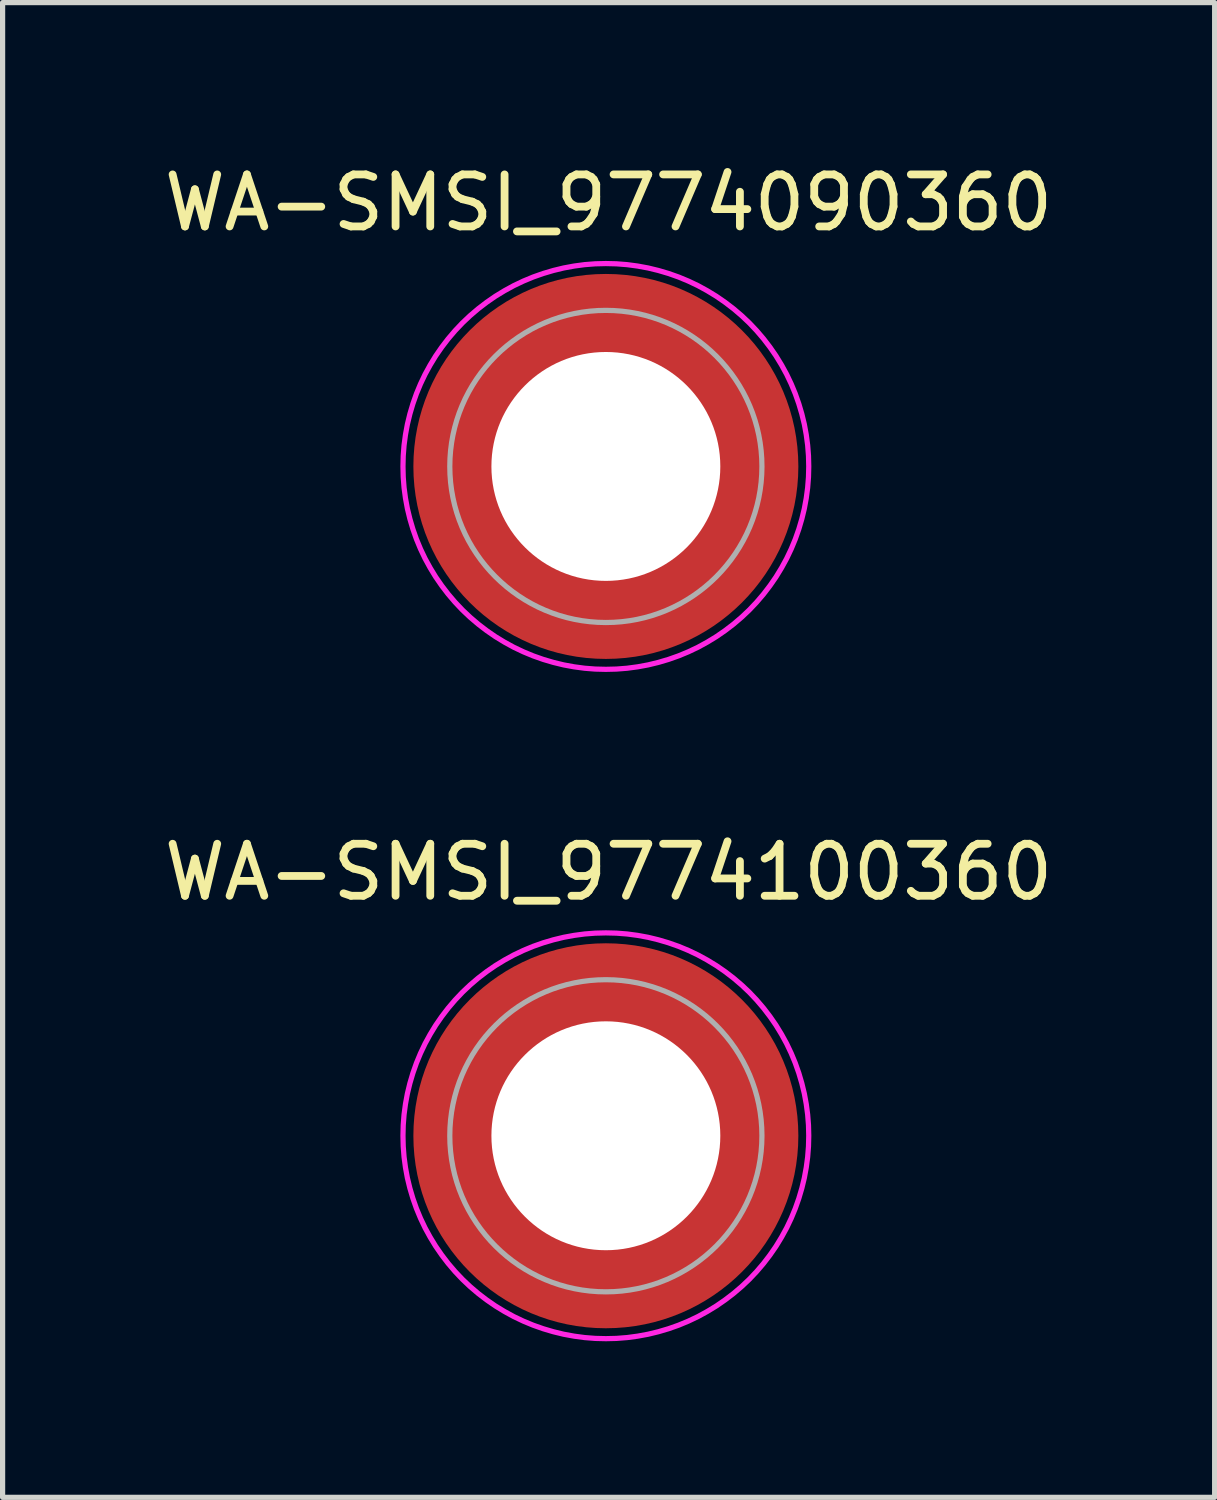
<source format=kicad_pcb>
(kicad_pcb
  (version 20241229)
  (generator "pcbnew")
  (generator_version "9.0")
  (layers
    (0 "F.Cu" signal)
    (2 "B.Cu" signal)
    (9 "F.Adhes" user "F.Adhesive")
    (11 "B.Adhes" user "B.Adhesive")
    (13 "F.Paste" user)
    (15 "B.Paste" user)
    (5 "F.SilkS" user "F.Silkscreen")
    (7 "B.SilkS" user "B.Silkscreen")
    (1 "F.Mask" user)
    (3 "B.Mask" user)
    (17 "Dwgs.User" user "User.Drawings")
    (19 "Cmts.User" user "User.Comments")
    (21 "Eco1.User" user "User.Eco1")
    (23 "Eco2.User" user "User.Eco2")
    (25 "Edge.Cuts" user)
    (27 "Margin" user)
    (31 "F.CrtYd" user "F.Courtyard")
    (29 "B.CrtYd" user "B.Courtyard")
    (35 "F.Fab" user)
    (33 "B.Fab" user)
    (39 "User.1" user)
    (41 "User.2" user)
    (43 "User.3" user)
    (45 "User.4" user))
  (footprint "WA-SMSI_9774090360"
    (layer "F.Cu")
    (at 8.596 5.916)
    (property "Reference" "WA-SMSI_9774090360" (at 0.053 -5.068 0) (layer "F.SilkS") (effects (font (size 1 1) (thickness 0.15))))
    (attr smd)
    (fp_poly (pts (xy -3.615 0.4) (xy -2.205 0.4) (xy -2.19 0.475) (xy -2.165 0.58) (xy -2.13 0.7) (xy -2.1 0.78) (xy -2.07 0.86) (xy -2.025 0.96) (xy -1.975 1.06) (xy -1.92 1.155) (xy -1.86 1.25) (xy -1.815 1.315) (xy -1.75 1.4) (xy -1.695 1.465) (xy -1.605 1.565) (xy -1.52 1.645) (xy -1.465 1.695) (xy -1.405 1.745) (xy -1.32 1.81) (xy -1.235 1.87) (xy -1.13 1.935) (xy -1.05 1.98) (xy -0.95 2.03) (xy -0.81 2.09) (xy -0.695 2.13) (xy -0.58 2.165) (xy -0.475 2.19) (xy -0.4 2.205) (xy -0.4 3.615) (xy -0.43 3.61) (xy -0.505 3.6) (xy -0.605 3.585) (xy -0.715 3.565) (xy -0.83 3.54) (xy -0.93 3.515) (xy -1.04 3.485) (xy -1.135 3.455) (xy -1.205 3.43) (xy -1.3 3.395) (xy -1.365 3.37) (xy -1.46 3.33) (xy -1.55 3.29) (xy -1.65 3.24) (xy -1.77 3.175) (xy -1.885 3.11) (xy -1.985 3.045) (xy -2.075 2.985) (xy -2.165 2.92) (xy -2.23 2.87) (xy -2.295 2.82) (xy -2.365 2.76) (xy -2.44 2.695) (xy -2.515 2.625) (xy -2.6 2.54) (xy -2.645 2.495) (xy -2.69 2.445) (xy -2.76 2.365) (xy -2.82 2.295) (xy -2.875 2.225) (xy -2.935 2.145) (xy -2.995 2.06) (xy -3.085 1.925) (xy -3.18 1.765) (xy -3.27 1.59) (xy -3.34 1.44) (xy -3.4 1.29) (xy -3.455 1.135) (xy -3.505 0.97) (xy -3.55 0.795) (xy -3.575 0.665) (xy -3.6 0.52)) (stroke (width 0.01) (type solid)) (fill yes) (layer "F.Paste"))
    (fp_poly (pts (xy -0.4 -3.615) (xy -0.4 -2.205) (xy -0.475 -2.19) (xy -0.58 -2.165) (xy -0.7 -2.13) (xy -0.78 -2.1) (xy -0.86 -2.07) (xy -0.96 -2.025) (xy -1.06 -1.975) (xy -1.155 -1.92) (xy -1.25 -1.86) (xy -1.315 -1.815) (xy -1.4 -1.75) (xy -1.465 -1.695) (xy -1.565 -1.605) (xy -1.645 -1.52) (xy -1.695 -1.465) (xy -1.745 -1.405) (xy -1.81 -1.32) (xy -1.87 -1.235) (xy -1.935 -1.13) (xy -1.98 -1.05) (xy -2.03 -0.95) (xy -2.09 -0.81) (xy -2.13 -0.695) (xy -2.165 -0.58) (xy -2.19 -0.475) (xy -2.205 -0.4) (xy -3.615 -0.4) (xy -3.61 -0.43) (xy -3.6 -0.505) (xy -3.585 -0.605) (xy -3.565 -0.715) (xy -3.54 -0.83) (xy -3.515 -0.93) (xy -3.485 -1.04) (xy -3.455 -1.135) (xy -3.43 -1.205) (xy -3.395 -1.3) (xy -3.37 -1.365) (xy -3.33 -1.46) (xy -3.29 -1.55) (xy -3.24 -1.65) (xy -3.175 -1.77) (xy -3.11 -1.885) (xy -3.045 -1.985) (xy -2.985 -2.075) (xy -2.92 -2.165) (xy -2.87 -2.23) (xy -2.82 -2.295) (xy -2.76 -2.365) (xy -2.695 -2.44) (xy -2.625 -2.515) (xy -2.54 -2.6) (xy -2.495 -2.645) (xy -2.445 -2.69) (xy -2.365 -2.76) (xy -2.295 -2.82) (xy -2.225 -2.875) (xy -2.145 -2.935) (xy -2.06 -2.995) (xy -1.925 -3.085) (xy -1.765 -3.18) (xy -1.59 -3.27) (xy -1.44 -3.34) (xy -1.29 -3.4) (xy -1.135 -3.455) (xy -0.97 -3.505) (xy -0.795 -3.55) (xy -0.665 -3.575) (xy -0.52 -3.6)) (stroke (width 0.01) (type solid)) (fill yes) (layer "F.Paste"))
    (fp_poly (pts (xy 0.4 3.615) (xy 0.4 2.205) (xy 0.475 2.19) (xy 0.58 2.165) (xy 0.7 2.13) (xy 0.78 2.1) (xy 0.86 2.07) (xy 0.96 2.025) (xy 1.06 1.975) (xy 1.155 1.92) (xy 1.25 1.86) (xy 1.315 1.815) (xy 1.4 1.75) (xy 1.465 1.695) (xy 1.565 1.605) (xy 1.645 1.52) (xy 1.695 1.465) (xy 1.745 1.405) (xy 1.81 1.32) (xy 1.87 1.235) (xy 1.935 1.13) (xy 1.98 1.05) (xy 2.03 0.95) (xy 2.09 0.81) (xy 2.13 0.695) (xy 2.165 0.58) (xy 2.19 0.475) (xy 2.205 0.4) (xy 3.615 0.4) (xy 3.61 0.43) (xy 3.6 0.505) (xy 3.585 0.605) (xy 3.565 0.715) (xy 3.54 0.83) (xy 3.515 0.93) (xy 3.485 1.04) (xy 3.455 1.135) (xy 3.43 1.205) (xy 3.395 1.3) (xy 3.37 1.365) (xy 3.33 1.46) (xy 3.29 1.55) (xy 3.24 1.65) (xy 3.175 1.77) (xy 3.11 1.885) (xy 3.045 1.985) (xy 2.985 2.075) (xy 2.92 2.165) (xy 2.87 2.23) (xy 2.82 2.295) (xy 2.76 2.365) (xy 2.695 2.44) (xy 2.625 2.515) (xy 2.54 2.6) (xy 2.495 2.645) (xy 2.445 2.69) (xy 2.365 2.76) (xy 2.295 2.82) (xy 2.225 2.875) (xy 2.145 2.935) (xy 2.06 2.995) (xy 1.925 3.085) (xy 1.765 3.18) (xy 1.59 3.27) (xy 1.44 3.34) (xy 1.29 3.4) (xy 1.135 3.455) (xy 0.97 3.505) (xy 0.795 3.55) (xy 0.665 3.575) (xy 0.52 3.6)) (stroke (width 0.01) (type solid)) (fill yes) (layer "F.Paste"))
    (fp_poly (pts (xy 3.615 -0.4) (xy 2.205 -0.4) (xy 2.19 -0.475) (xy 2.165 -0.58) (xy 2.13 -0.7) (xy 2.1 -0.78) (xy 2.07 -0.86) (xy 2.025 -0.96) (xy 1.975 -1.06) (xy 1.92 -1.155) (xy 1.86 -1.25) (xy 1.815 -1.315) (xy 1.75 -1.4) (xy 1.695 -1.465) (xy 1.605 -1.565) (xy 1.52 -1.645) (xy 1.465 -1.695) (xy 1.405 -1.745) (xy 1.32 -1.81) (xy 1.235 -1.87) (xy 1.13 -1.935) (xy 1.05 -1.98) (xy 0.95 -2.03) (xy 0.81 -2.09) (xy 0.695 -2.13) (xy 0.58 -2.165) (xy 0.475 -2.19) (xy 0.4 -2.205) (xy 0.4 -3.615) (xy 0.43 -3.61) (xy 0.505 -3.6) (xy 0.605 -3.585) (xy 0.715 -3.565) (xy 0.83 -3.54) (xy 0.93 -3.515) (xy 1.04 -3.485) (xy 1.135 -3.455) (xy 1.205 -3.43) (xy 1.3 -3.395) (xy 1.365 -3.37) (xy 1.46 -3.33) (xy 1.55 -3.29) (xy 1.65 -3.24) (xy 1.77 -3.175) (xy 1.885 -3.11) (xy 1.985 -3.045) (xy 2.075 -2.985) (xy 2.165 -2.92) (xy 2.23 -2.87) (xy 2.295 -2.82) (xy 2.365 -2.76) (xy 2.44 -2.695) (xy 2.515 -2.625) (xy 2.6 -2.54) (xy 2.645 -2.495) (xy 2.69 -2.445) (xy 2.76 -2.365) (xy 2.82 -2.295) (xy 2.875 -2.225) (xy 2.935 -2.145) (xy 2.995 -2.06) (xy 3.085 -1.925) (xy 3.18 -1.765) (xy 3.27 -1.59) (xy 3.34 -1.44) (xy 3.4 -1.29) (xy 3.455 -1.135) (xy 3.505 -0.97) (xy 3.55 -0.795) (xy 3.575 -0.665) (xy 3.6 -0.52)) (stroke (width 0.01) (type solid)) (fill yes) (layer "F.Paste"))
    (fp_poly (pts (xy 0 -3.9) (xy 0.204 -3.895) (xy 0.408 -3.879) (xy 0.61 -3.852) (xy 0.811 -3.815) (xy 1.009 -3.767) (xy 1.205 -3.709) (xy 1.398 -3.641) (xy 1.586 -3.563) (xy 1.771 -3.475) (xy 1.95 -3.377) (xy 2.124 -3.271) (xy 2.292 -3.155) (xy 2.454 -3.031) (xy 2.61 -2.898) (xy 2.758 -2.758) (xy 2.898 -2.61) (xy 3.031 -2.454) (xy 3.155 -2.292) (xy 3.271 -2.124) (xy 3.377 -1.95) (xy 3.475 -1.771) (xy 3.563 -1.586) (xy 3.641 -1.398) (xy 3.709 -1.205) (xy 3.767 -1.009) (xy 3.815 -0.811) (xy 3.852 -0.61) (xy 3.879 -0.408) (xy 3.895 -0.204) (xy 3.9 0) (xy 3.895 0.204) (xy 3.879 0.408) (xy 3.852 0.61) (xy 3.815 0.811) (xy 3.767 1.009) (xy 3.709 1.205) (xy 3.641 1.398) (xy 3.563 1.586) (xy 3.475 1.771) (xy 3.377 1.95) (xy 3.271 2.124) (xy 3.155 2.292) (xy 3.031 2.454) (xy 2.898 2.61) (xy 2.758 2.758) (xy 2.61 2.898) (xy 2.454 3.031) (xy 2.292 3.155) (xy 2.124 3.271) (xy 1.95 3.377) (xy 1.771 3.475) (xy 1.586 3.563) (xy 1.398 3.641) (xy 1.205 3.709) (xy 1.009 3.767) (xy 0.811 3.815) (xy 0.61 3.852) (xy 0.408 3.879) (xy 0.204 3.895) (xy 0 3.9) (xy -0.204 3.895) (xy -0.408 3.879) (xy -0.61 3.852) (xy -0.811 3.815) (xy -1.009 3.767) (xy -1.205 3.709) (xy -1.398 3.641) (xy -1.586 3.563) (xy -1.771 3.475) (xy -1.95 3.377) (xy -2.124 3.271) (xy -2.292 3.155) (xy -2.454 3.031) (xy -2.61 2.898) (xy -2.758 2.758) (xy -2.898 2.61) (xy -3.031 2.454) (xy -3.155 2.292) (xy -3.271 2.124) (xy -3.377 1.95) (xy -3.475 1.771) (xy -3.563 1.586) (xy -3.641 1.398) (xy -3.709 1.205) (xy -3.767 1.009) (xy -3.815 0.811) (xy -3.852 0.61) (xy -3.879 0.408) (xy -3.895 0.204) (xy -3.9 0) (xy -3.895 -0.204) (xy -3.879 -0.408) (xy -3.852 -0.61) (xy -3.815 -0.811) (xy -3.767 -1.009) (xy -3.709 -1.205) (xy -3.641 -1.398) (xy -3.563 -1.586) (xy -3.475 -1.771) (xy -3.377 -1.95) (xy -3.271 -2.124) (xy -3.155 -2.292) (xy -3.031 -2.454) (xy -2.898 -2.61) (xy -2.758 -2.758) (xy -2.61 -2.898) (xy -2.454 -3.031) (xy -2.292 -3.155) (xy -2.124 -3.271) (xy -1.95 -3.377) (xy -1.771 -3.475) (xy -1.586 -3.563) (xy -1.398 -3.641) (xy -1.205 -3.709) (xy -1.009 -3.767) (xy -0.811 -3.815) (xy -0.61 -3.852) (xy -0.408 -3.879) (xy -0.204 -3.895) (xy 0 -3.9)) (stroke (width 0.1) (type solid)) (fill no) (layer "F.CrtYd"))
    (fp_circle (center 0 0) (end 3 0) (stroke (width 0.1) (type solid)) (fill no) (layer "F.Fab"))
    (pad "" np_thru_hole circle (at 0 0) (size 4.4 4.4) (drill 4.4) (layers "*.Cu" "*.Mask"))
    (pad "1" smd circle (at 0 0) (size 7.4 7.4) (layers "F.Cu" "F.Mask")))
  (footprint "WA-SMSI_9774100360"
    (layer "F.Cu")
    (at 8.596 18.782)
    (property "Reference" "WA-SMSI_9774100360" (at 0.053 -5.068 0) (layer "F.SilkS") (effects (font (size 1 1) (thickness 0.15))))
    (attr smd)
    (fp_poly (pts (xy -3.615 0.4) (xy -2.205 0.4) (xy -2.19 0.475) (xy -2.165 0.58) (xy -2.13 0.7) (xy -2.1 0.78) (xy -2.07 0.86) (xy -2.025 0.96) (xy -1.975 1.06) (xy -1.92 1.155) (xy -1.86 1.25) (xy -1.815 1.315) (xy -1.75 1.4) (xy -1.695 1.465) (xy -1.605 1.565) (xy -1.52 1.645) (xy -1.465 1.695) (xy -1.405 1.745) (xy -1.32 1.81) (xy -1.235 1.87) (xy -1.13 1.935) (xy -1.05 1.98) (xy -0.95 2.03) (xy -0.81 2.09) (xy -0.695 2.13) (xy -0.58 2.165) (xy -0.475 2.19) (xy -0.4 2.205) (xy -0.4 3.615) (xy -0.43 3.61) (xy -0.505 3.6) (xy -0.605 3.585) (xy -0.715 3.565) (xy -0.83 3.54) (xy -0.93 3.515) (xy -1.04 3.485) (xy -1.135 3.455) (xy -1.205 3.43) (xy -1.3 3.395) (xy -1.365 3.37) (xy -1.46 3.33) (xy -1.55 3.29) (xy -1.65 3.24) (xy -1.77 3.175) (xy -1.885 3.11) (xy -1.985 3.045) (xy -2.075 2.985) (xy -2.165 2.92) (xy -2.23 2.87) (xy -2.295 2.82) (xy -2.365 2.76) (xy -2.44 2.695) (xy -2.515 2.625) (xy -2.6 2.54) (xy -2.645 2.495) (xy -2.69 2.445) (xy -2.76 2.365) (xy -2.82 2.295) (xy -2.875 2.225) (xy -2.935 2.145) (xy -2.995 2.06) (xy -3.085 1.925) (xy -3.18 1.765) (xy -3.27 1.59) (xy -3.34 1.44) (xy -3.4 1.29) (xy -3.455 1.135) (xy -3.505 0.97) (xy -3.55 0.795) (xy -3.575 0.665) (xy -3.6 0.52)) (stroke (width 0.01) (type solid)) (fill yes) (layer "F.Paste"))
    (fp_poly (pts (xy -0.4 -3.615) (xy -0.4 -2.205) (xy -0.475 -2.19) (xy -0.58 -2.165) (xy -0.7 -2.13) (xy -0.78 -2.1) (xy -0.86 -2.07) (xy -0.96 -2.025) (xy -1.06 -1.975) (xy -1.155 -1.92) (xy -1.25 -1.86) (xy -1.315 -1.815) (xy -1.4 -1.75) (xy -1.465 -1.695) (xy -1.565 -1.605) (xy -1.645 -1.52) (xy -1.695 -1.465) (xy -1.745 -1.405) (xy -1.81 -1.32) (xy -1.87 -1.235) (xy -1.935 -1.13) (xy -1.98 -1.05) (xy -2.03 -0.95) (xy -2.09 -0.81) (xy -2.13 -0.695) (xy -2.165 -0.58) (xy -2.19 -0.475) (xy -2.205 -0.4) (xy -3.615 -0.4) (xy -3.61 -0.43) (xy -3.6 -0.505) (xy -3.585 -0.605) (xy -3.565 -0.715) (xy -3.54 -0.83) (xy -3.515 -0.93) (xy -3.485 -1.04) (xy -3.455 -1.135) (xy -3.43 -1.205) (xy -3.395 -1.3) (xy -3.37 -1.365) (xy -3.33 -1.46) (xy -3.29 -1.55) (xy -3.24 -1.65) (xy -3.175 -1.77) (xy -3.11 -1.885) (xy -3.045 -1.985) (xy -2.985 -2.075) (xy -2.92 -2.165) (xy -2.87 -2.23) (xy -2.82 -2.295) (xy -2.76 -2.365) (xy -2.695 -2.44) (xy -2.625 -2.515) (xy -2.54 -2.6) (xy -2.495 -2.645) (xy -2.445 -2.69) (xy -2.365 -2.76) (xy -2.295 -2.82) (xy -2.225 -2.875) (xy -2.145 -2.935) (xy -2.06 -2.995) (xy -1.925 -3.085) (xy -1.765 -3.18) (xy -1.59 -3.27) (xy -1.44 -3.34) (xy -1.29 -3.4) (xy -1.135 -3.455) (xy -0.97 -3.505) (xy -0.795 -3.55) (xy -0.665 -3.575) (xy -0.52 -3.6)) (stroke (width 0.01) (type solid)) (fill yes) (layer "F.Paste"))
    (fp_poly (pts (xy 0.4 3.615) (xy 0.4 2.205) (xy 0.475 2.19) (xy 0.58 2.165) (xy 0.7 2.13) (xy 0.78 2.1) (xy 0.86 2.07) (xy 0.96 2.025) (xy 1.06 1.975) (xy 1.155 1.92) (xy 1.25 1.86) (xy 1.315 1.815) (xy 1.4 1.75) (xy 1.465 1.695) (xy 1.565 1.605) (xy 1.645 1.52) (xy 1.695 1.465) (xy 1.745 1.405) (xy 1.81 1.32) (xy 1.87 1.235) (xy 1.935 1.13) (xy 1.98 1.05) (xy 2.03 0.95) (xy 2.09 0.81) (xy 2.13 0.695) (xy 2.165 0.58) (xy 2.19 0.475) (xy 2.205 0.4) (xy 3.615 0.4) (xy 3.61 0.43) (xy 3.6 0.505) (xy 3.585 0.605) (xy 3.565 0.715) (xy 3.54 0.83) (xy 3.515 0.93) (xy 3.485 1.04) (xy 3.455 1.135) (xy 3.43 1.205) (xy 3.395 1.3) (xy 3.37 1.365) (xy 3.33 1.46) (xy 3.29 1.55) (xy 3.24 1.65) (xy 3.175 1.77) (xy 3.11 1.885) (xy 3.045 1.985) (xy 2.985 2.075) (xy 2.92 2.165) (xy 2.87 2.23) (xy 2.82 2.295) (xy 2.76 2.365) (xy 2.695 2.44) (xy 2.625 2.515) (xy 2.54 2.6) (xy 2.495 2.645) (xy 2.445 2.69) (xy 2.365 2.76) (xy 2.295 2.82) (xy 2.225 2.875) (xy 2.145 2.935) (xy 2.06 2.995) (xy 1.925 3.085) (xy 1.765 3.18) (xy 1.59 3.27) (xy 1.44 3.34) (xy 1.29 3.4) (xy 1.135 3.455) (xy 0.97 3.505) (xy 0.795 3.55) (xy 0.665 3.575) (xy 0.52 3.6)) (stroke (width 0.01) (type solid)) (fill yes) (layer "F.Paste"))
    (fp_poly (pts (xy 3.615 -0.4) (xy 2.205 -0.4) (xy 2.19 -0.475) (xy 2.165 -0.58) (xy 2.13 -0.7) (xy 2.1 -0.78) (xy 2.07 -0.86) (xy 2.025 -0.96) (xy 1.975 -1.06) (xy 1.92 -1.155) (xy 1.86 -1.25) (xy 1.815 -1.315) (xy 1.75 -1.4) (xy 1.695 -1.465) (xy 1.605 -1.565) (xy 1.52 -1.645) (xy 1.465 -1.695) (xy 1.405 -1.745) (xy 1.32 -1.81) (xy 1.235 -1.87) (xy 1.13 -1.935) (xy 1.05 -1.98) (xy 0.95 -2.03) (xy 0.81 -2.09) (xy 0.695 -2.13) (xy 0.58 -2.165) (xy 0.475 -2.19) (xy 0.4 -2.205) (xy 0.4 -3.615) (xy 0.43 -3.61) (xy 0.505 -3.6) (xy 0.605 -3.585) (xy 0.715 -3.565) (xy 0.83 -3.54) (xy 0.93 -3.515) (xy 1.04 -3.485) (xy 1.135 -3.455) (xy 1.205 -3.43) (xy 1.3 -3.395) (xy 1.365 -3.37) (xy 1.46 -3.33) (xy 1.55 -3.29) (xy 1.65 -3.24) (xy 1.77 -3.175) (xy 1.885 -3.11) (xy 1.985 -3.045) (xy 2.075 -2.985) (xy 2.165 -2.92) (xy 2.23 -2.87) (xy 2.295 -2.82) (xy 2.365 -2.76) (xy 2.44 -2.695) (xy 2.515 -2.625) (xy 2.6 -2.54) (xy 2.645 -2.495) (xy 2.69 -2.445) (xy 2.76 -2.365) (xy 2.82 -2.295) (xy 2.875 -2.225) (xy 2.935 -2.145) (xy 2.995 -2.06) (xy 3.085 -1.925) (xy 3.18 -1.765) (xy 3.27 -1.59) (xy 3.34 -1.44) (xy 3.4 -1.29) (xy 3.455 -1.135) (xy 3.505 -0.97) (xy 3.55 -0.795) (xy 3.575 -0.665) (xy 3.6 -0.52)) (stroke (width 0.01) (type solid)) (fill yes) (layer "F.Paste"))
    (fp_poly (pts (xy 0 -3.9) (xy 0.204 -3.895) (xy 0.408 -3.879) (xy 0.61 -3.852) (xy 0.811 -3.815) (xy 1.009 -3.767) (xy 1.205 -3.709) (xy 1.398 -3.641) (xy 1.586 -3.563) (xy 1.771 -3.475) (xy 1.95 -3.377) (xy 2.124 -3.271) (xy 2.292 -3.155) (xy 2.454 -3.031) (xy 2.61 -2.898) (xy 2.758 -2.758) (xy 2.898 -2.61) (xy 3.031 -2.454) (xy 3.155 -2.292) (xy 3.271 -2.124) (xy 3.377 -1.95) (xy 3.475 -1.771) (xy 3.563 -1.586) (xy 3.641 -1.398) (xy 3.709 -1.205) (xy 3.767 -1.009) (xy 3.815 -0.811) (xy 3.852 -0.61) (xy 3.879 -0.408) (xy 3.895 -0.204) (xy 3.9 0) (xy 3.895 0.204) (xy 3.879 0.408) (xy 3.852 0.61) (xy 3.815 0.811) (xy 3.767 1.009) (xy 3.709 1.205) (xy 3.641 1.398) (xy 3.563 1.586) (xy 3.475 1.771) (xy 3.377 1.95) (xy 3.271 2.124) (xy 3.155 2.292) (xy 3.031 2.454) (xy 2.898 2.61) (xy 2.758 2.758) (xy 2.61 2.898) (xy 2.454 3.031) (xy 2.292 3.155) (xy 2.124 3.271) (xy 1.95 3.377) (xy 1.771 3.475) (xy 1.586 3.563) (xy 1.398 3.641) (xy 1.205 3.709) (xy 1.009 3.767) (xy 0.811 3.815) (xy 0.61 3.852) (xy 0.408 3.879) (xy 0.204 3.895) (xy 0 3.9) (xy -0.204 3.895) (xy -0.408 3.879) (xy -0.61 3.852) (xy -0.811 3.815) (xy -1.009 3.767) (xy -1.205 3.709) (xy -1.398 3.641) (xy -1.586 3.563) (xy -1.771 3.475) (xy -1.95 3.377) (xy -2.124 3.271) (xy -2.292 3.155) (xy -2.454 3.031) (xy -2.61 2.898) (xy -2.758 2.758) (xy -2.898 2.61) (xy -3.031 2.454) (xy -3.155 2.292) (xy -3.271 2.124) (xy -3.377 1.95) (xy -3.475 1.771) (xy -3.563 1.586) (xy -3.641 1.398) (xy -3.709 1.205) (xy -3.767 1.009) (xy -3.815 0.811) (xy -3.852 0.61) (xy -3.879 0.408) (xy -3.895 0.204) (xy -3.9 0) (xy -3.895 -0.204) (xy -3.879 -0.408) (xy -3.852 -0.61) (xy -3.815 -0.811) (xy -3.767 -1.009) (xy -3.709 -1.205) (xy -3.641 -1.398) (xy -3.563 -1.586) (xy -3.475 -1.771) (xy -3.377 -1.95) (xy -3.271 -2.124) (xy -3.155 -2.292) (xy -3.031 -2.454) (xy -2.898 -2.61) (xy -2.758 -2.758) (xy -2.61 -2.898) (xy -2.454 -3.031) (xy -2.292 -3.155) (xy -2.124 -3.271) (xy -1.95 -3.377) (xy -1.771 -3.475) (xy -1.586 -3.563) (xy -1.398 -3.641) (xy -1.205 -3.709) (xy -1.009 -3.767) (xy -0.811 -3.815) (xy -0.61 -3.852) (xy -0.408 -3.879) (xy -0.204 -3.895) (xy 0 -3.9)) (stroke (width 0.1) (type solid)) (fill no) (layer "F.CrtYd"))
    (fp_circle (center 0 0) (end 3 0) (stroke (width 0.1) (type solid)) (fill no) (layer "F.Fab"))
    (pad "" np_thru_hole circle (at 0 0) (size 4.4 4.4) (drill 4.4) (layers "*.Cu" "*.Mask"))
    (pad "1" smd circle (at 0 0) (size 7.4 7.4) (layers "F.Cu" "F.Mask")))
  (gr_rect
    (start -3 -3)
    (end 20.298 25.732)
    (stroke (width 0.1) (type default))
    (fill no)
    (layer "Edge.Cuts")))
</source>
